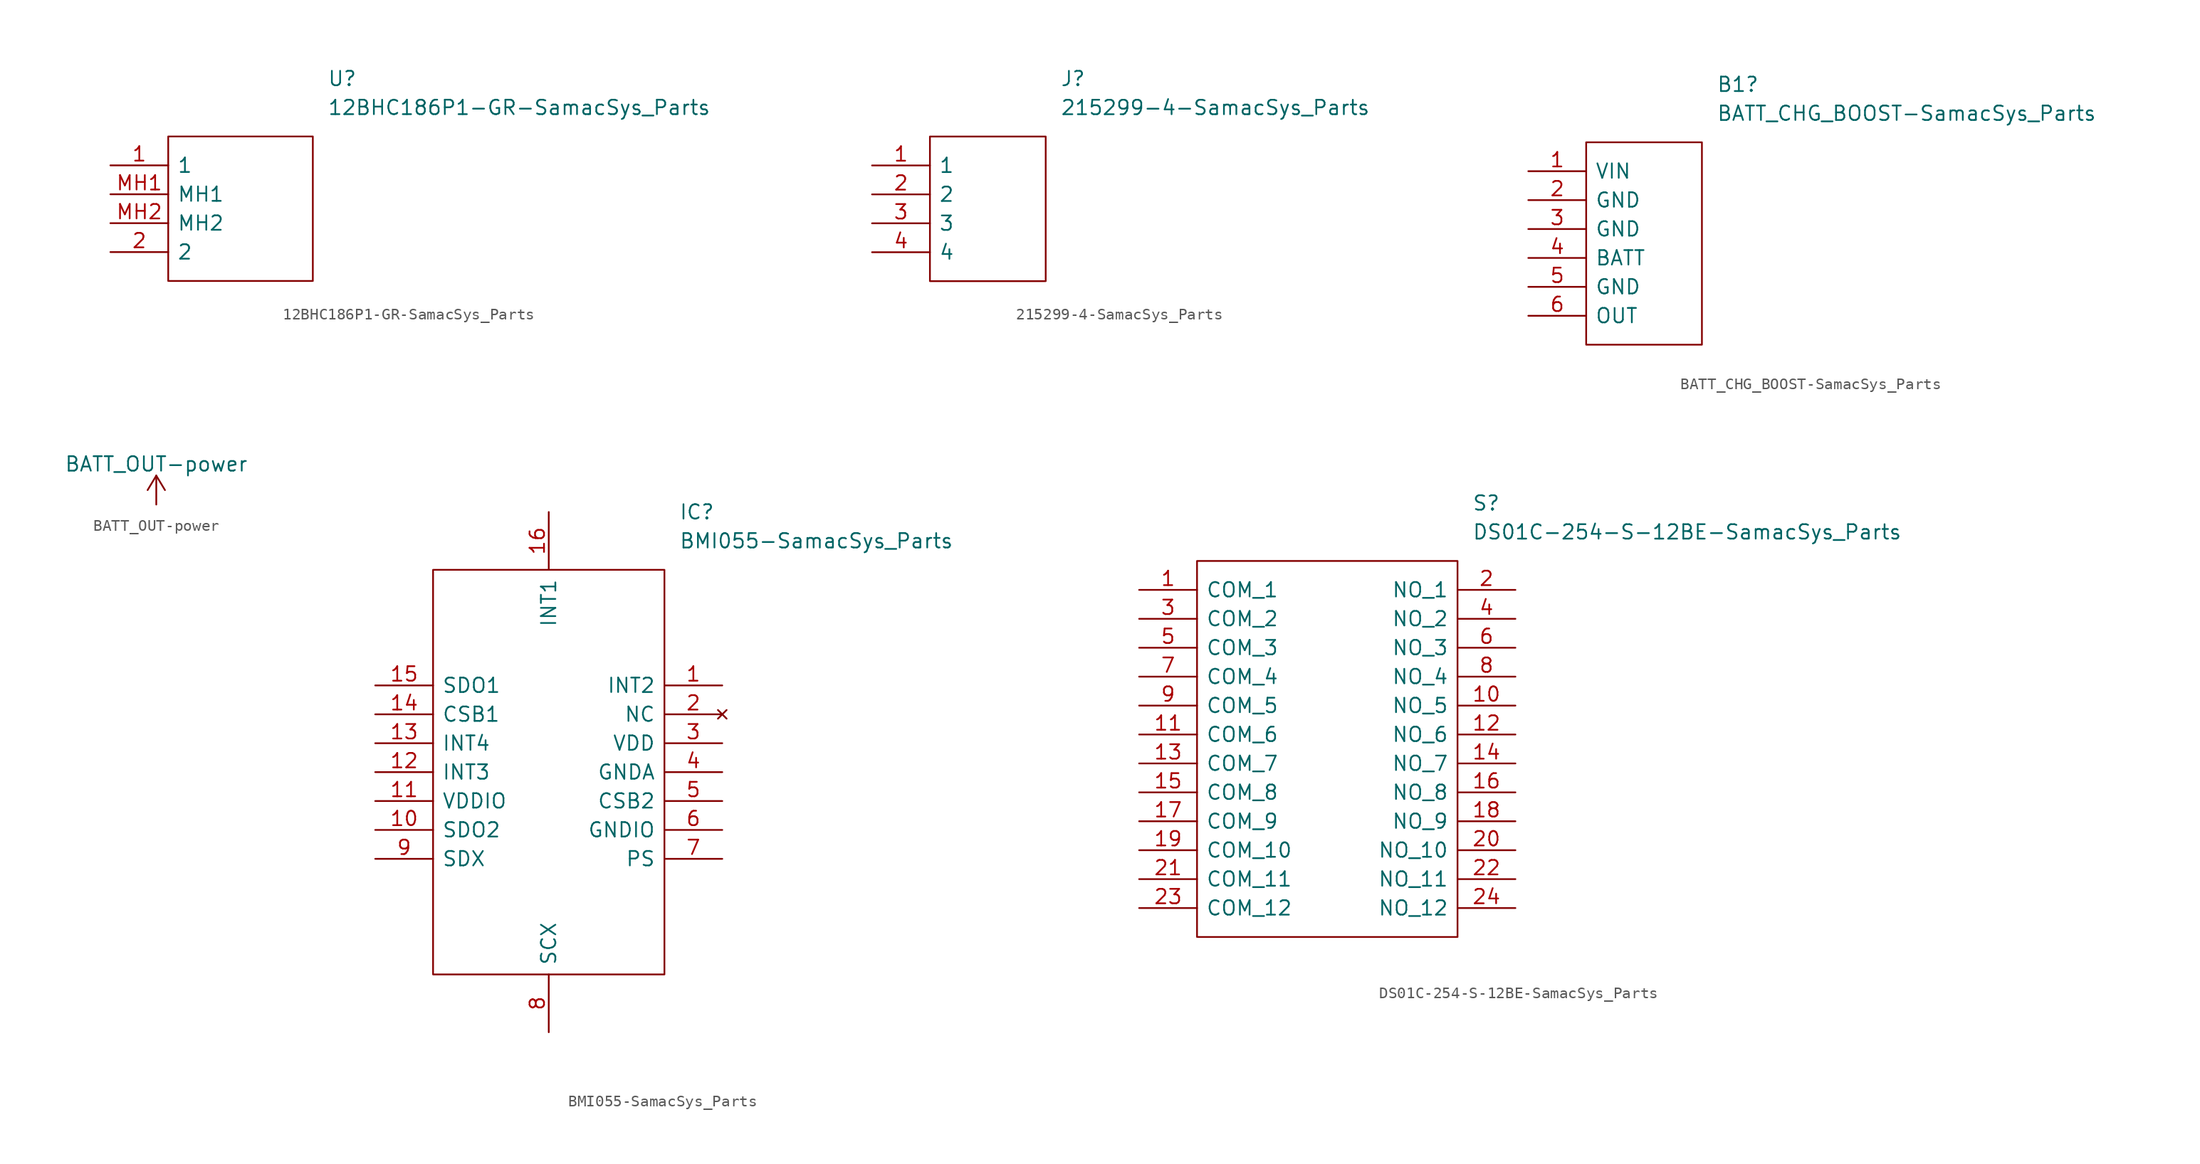
<source format=kicad_sym>
(kicad_symbol_lib
  (version 20211014)
  (generator kicad_symbol_editor)
  (symbol "12BHC186P1-GR-SamacSys_Parts"
    (pin_names
      (offset 0.762))
    (property "Reference" "U"
      (at 19.05 7.62 0)
      (effects (font (size 1.27 1.27)) (justify left)))
    (property "Value" "12BHC186P1-GR-SamacSys_Parts"
      (at 19.05 5.08 0)
      (effects (font (size 1.27 1.27)) (justify left)))
    (symbol "12BHC186P1-GR-SamacSys_Parts_0_0"
      (pin passive line (at 0 0 0) (length 5.08) (name "1" (effects (font (size 1.27 1.27)))) (number "1" (effects (font (size 1.27 1.27)))))
      (pin passive line (at 0 -7.62 0) (length 5.08) (name "2" (effects (font (size 1.27 1.27)))) (number "2" (effects (font (size 1.27 1.27)))))
      (pin passive line (at 0 -2.54 0) (length 5.08) (name "MH1" (effects (font (size 1.27 1.27)))) (number "MH1" (effects (font (size 1.27 1.27)))))
      (pin passive line (at 0 -5.08 0) (length 5.08) (name "MH2" (effects (font (size 1.27 1.27)))) (number "MH2" (effects (font (size 1.27 1.27))))))
    (symbol "12BHC186P1-GR-SamacSys_Parts_0_1"
      (polyline (pts (xy 5.08 2.54) (xy 17.78 2.54) (xy 17.78 -10.16) (xy 5.08 -10.16) (xy 5.08 2.54)) (stroke (width 0.152) (type default) (color 0 0 0 0)) (fill (type none)))))
  (symbol "215299-4-SamacSys_Parts"
    (pin_names
      (offset 0.762))
    (property "Reference" "J"
      (at 16.51 7.62 0)
      (effects (font (size 1.27 1.27)) (justify left)))
    (property "Value" "215299-4-SamacSys_Parts"
      (at 16.51 5.08 0)
      (effects (font (size 1.27 1.27)) (justify left)))
    (symbol "215299-4-SamacSys_Parts_0_0"
      (pin passive line (at 0 0 0) (length 5.08) (name "1" (effects (font (size 1.27 1.27)))) (number "1" (effects (font (size 1.27 1.27)))))
      (pin passive line (at 0 -2.54 0) (length 5.08) (name "2" (effects (font (size 1.27 1.27)))) (number "2" (effects (font (size 1.27 1.27)))))
      (pin passive line (at 0 -5.08 0) (length 5.08) (name "3" (effects (font (size 1.27 1.27)))) (number "3" (effects (font (size 1.27 1.27)))))
      (pin passive line (at 0 -7.62 0) (length 5.08) (name "4" (effects (font (size 1.27 1.27)))) (number "4" (effects (font (size 1.27 1.27))))))
    (symbol "215299-4-SamacSys_Parts_0_1"
      (polyline (pts (xy 5.08 2.54) (xy 15.24 2.54) (xy 15.24 -10.16) (xy 5.08 -10.16) (xy 5.08 2.54)) (stroke (width 0.152) (type default) (color 0 0 0 0)) (fill (type none)))))
  (symbol "BATT_CHG_BOOST-SamacSys_Parts"
    (pin_names
      (offset 0.762))
    (property "Reference" "B1"
      (at 16.51 7.62 0)
      (effects (font (size 1.27 1.27)) (justify left)))
    (property "Value" "BATT_CHG_BOOST-SamacSys_Parts"
      (at 16.51 5.08 0)
      (effects (font (size 1.27 1.27)) (justify left)))
    (symbol "BATT_CHG_BOOST-SamacSys_Parts_0_0"
      (pin passive line (at 0 0 0) (length 5.08) (name "VIN" (effects (font (size 1.27 1.27)))) (number "1" (effects (font (size 1.27 1.27)))))
      (pin passive line (at 0 -2.54 0) (length 5.08) (name "GND" (effects (font (size 1.27 1.27)))) (number "2" (effects (font (size 1.27 1.27)))))
      (pin passive line (at 0 -5.08 0) (length 5.08) (name "GND" (effects (font (size 1.27 1.27)))) (number "3" (effects (font (size 1.27 1.27)))))
      (pin passive line (at 0 -7.62 0) (length 5.08) (name "BATT" (effects (font (size 1.27 1.27)))) (number "4" (effects (font (size 1.27 1.27)))))
      (pin passive line (at 0 -10.16 0) (length 5.08) (name "GND" (effects (font (size 1.27 1.27)))) (number "5" (effects (font (size 1.27 1.27)))))
      (pin passive line (at 0 -12.7 0) (length 5.08) (name "OUT" (effects (font (size 1.27 1.27)))) (number "6" (effects (font (size 1.27 1.27))))))
    (symbol "BATT_CHG_BOOST-SamacSys_Parts_0_1"
      (polyline (pts (xy 5.08 2.54) (xy 15.24 2.54) (xy 15.24 -15.24) (xy 5.08 -15.24) (xy 5.08 2.54)) (stroke (width 0.152) (type default) (color 0 0 0 0)) (fill (type none)))))
  (symbol "BATT_OUT-power"
    (power)
    (pin_names
      (offset 0))
    (property "Reference" "#PWR"
      (at 0 -3.81 0)
      (effects (font (size 1.27 1.27)) hide))
    (property "Value" "BATT_OUT-power"
      (at 0 3.556 0)
      (effects (font (size 1.27 1.27))))
    (symbol "BATT_OUT-power_0_1"
      (polyline (pts (xy -0.762 1.27) (xy 0 2.54)) (stroke (width 0) (type default) (color 0 0 0 0)) (fill (type none)))
      (polyline (pts (xy 0 0) (xy 0 2.54)) (stroke (width 0) (type default) (color 0 0 0 0)) (fill (type none)))
      (polyline (pts (xy 0 2.54) (xy 0.762 1.27)) (stroke (width 0) (type default) (color 0 0 0 0)) (fill (type none))))
    (symbol "BATT_OUT-power_1_1"
      (pin power_in line (at 0 0 90) (length 0) hide (name "+BATT" (effects (font (size 1.27 1.27)))) (number "1" (effects (font (size 1.27 1.27)))))))
  (symbol "BMI055-SamacSys_Parts"
    (pin_names
      (offset 0.762))
    (property "Reference" "IC"
      (at 26.67 15.24 0)
      (effects (font (size 1.27 1.27)) (justify left)))
    (property "Value" "BMI055-SamacSys_Parts"
      (at 26.67 12.7 0)
      (effects (font (size 1.27 1.27)) (justify left)))
    (symbol "BMI055-SamacSys_Parts_0_0"
      (pin passive line (at 30.48 0 180) (length 5.08) (name "INT2" (effects (font (size 1.27 1.27)))) (number "1" (effects (font (size 1.27 1.27)))))
      (pin passive line (at 0 -12.7 0) (length 5.08) (name "SDO2" (effects (font (size 1.27 1.27)))) (number "10" (effects (font (size 1.27 1.27)))))
      (pin passive line (at 0 -10.16 0) (length 5.08) (name "VDDIO" (effects (font (size 1.27 1.27)))) (number "11" (effects (font (size 1.27 1.27)))))
      (pin passive line (at 0 -7.62 0) (length 5.08) (name "INT3" (effects (font (size 1.27 1.27)))) (number "12" (effects (font (size 1.27 1.27)))))
      (pin passive line (at 0 -5.08 0) (length 5.08) (name "INT4" (effects (font (size 1.27 1.27)))) (number "13" (effects (font (size 1.27 1.27)))))
      (pin passive line (at 0 -2.54 0) (length 5.08) (name "CSB1" (effects (font (size 1.27 1.27)))) (number "14" (effects (font (size 1.27 1.27)))))
      (pin passive line (at 0 0 0) (length 5.08) (name "SDO1" (effects (font (size 1.27 1.27)))) (number "15" (effects (font (size 1.27 1.27)))))
      (pin passive line (at 15.24 15.24 270) (length 5.08) (name "INT1" (effects (font (size 1.27 1.27)))) (number "16" (effects (font (size 1.27 1.27)))))
      (pin no_connect line (at 30.48 -2.54 180) (length 5.08) (name "NC" (effects (font (size 1.27 1.27)))) (number "2" (effects (font (size 1.27 1.27)))))
      (pin passive line (at 30.48 -5.08 180) (length 5.08) (name "VDD" (effects (font (size 1.27 1.27)))) (number "3" (effects (font (size 1.27 1.27)))))
      (pin passive line (at 30.48 -7.62 180) (length 5.08) (name "GNDA" (effects (font (size 1.27 1.27)))) (number "4" (effects (font (size 1.27 1.27)))))
      (pin passive line (at 30.48 -10.16 180) (length 5.08) (name "CSB2" (effects (font (size 1.27 1.27)))) (number "5" (effects (font (size 1.27 1.27)))))
      (pin passive line (at 30.48 -12.7 180) (length 5.08) (name "GNDIO" (effects (font (size 1.27 1.27)))) (number "6" (effects (font (size 1.27 1.27)))))
      (pin passive line (at 30.48 -15.24 180) (length 5.08) (name "PS" (effects (font (size 1.27 1.27)))) (number "7" (effects (font (size 1.27 1.27)))))
      (pin passive line (at 15.24 -30.48 90) (length 5.08) (name "SCX" (effects (font (size 1.27 1.27)))) (number "8" (effects (font (size 1.27 1.27)))))
      (pin passive line (at 0 -15.24 0) (length 5.08) (name "SDX" (effects (font (size 1.27 1.27)))) (number "9" (effects (font (size 1.27 1.27))))))
    (symbol "BMI055-SamacSys_Parts_0_1"
      (polyline (pts (xy 5.08 10.16) (xy 25.4 10.16) (xy 25.4 -25.4) (xy 5.08 -25.4) (xy 5.08 10.16)) (stroke (width 0.152) (type default) (color 0 0 0 0)) (fill (type none)))))
  (symbol "DS01C-254-S-12BE-SamacSys_Parts"
    (pin_names
      (offset 0.762))
    (property "Reference" "S"
      (at 29.21 7.62 0)
      (effects (font (size 1.27 1.27)) (justify left)))
    (property "Value" "DS01C-254-S-12BE-SamacSys_Parts"
      (at 29.21 5.08 0)
      (effects (font (size 1.27 1.27)) (justify left)))
    (symbol "DS01C-254-S-12BE-SamacSys_Parts_0_0"
      (pin passive line (at 0 0 0) (length 5.08) (name "COM_1" (effects (font (size 1.27 1.27)))) (number "1" (effects (font (size 1.27 1.27)))))
      (pin passive line (at 33.02 -10.16 180) (length 5.08) (name "NO_5" (effects (font (size 1.27 1.27)))) (number "10" (effects (font (size 1.27 1.27)))))
      (pin passive line (at 0 -12.7 0) (length 5.08) (name "COM_6" (effects (font (size 1.27 1.27)))) (number "11" (effects (font (size 1.27 1.27)))))
      (pin passive line (at 33.02 -12.7 180) (length 5.08) (name "NO_6" (effects (font (size 1.27 1.27)))) (number "12" (effects (font (size 1.27 1.27)))))
      (pin passive line (at 0 -15.24 0) (length 5.08) (name "COM_7" (effects (font (size 1.27 1.27)))) (number "13" (effects (font (size 1.27 1.27)))))
      (pin passive line (at 33.02 -15.24 180) (length 5.08) (name "NO_7" (effects (font (size 1.27 1.27)))) (number "14" (effects (font (size 1.27 1.27)))))
      (pin passive line (at 0 -17.78 0) (length 5.08) (name "COM_8" (effects (font (size 1.27 1.27)))) (number "15" (effects (font (size 1.27 1.27)))))
      (pin passive line (at 33.02 -17.78 180) (length 5.08) (name "NO_8" (effects (font (size 1.27 1.27)))) (number "16" (effects (font (size 1.27 1.27)))))
      (pin passive line (at 0 -20.32 0) (length 5.08) (name "COM_9" (effects (font (size 1.27 1.27)))) (number "17" (effects (font (size 1.27 1.27)))))
      (pin passive line (at 33.02 -20.32 180) (length 5.08) (name "NO_9" (effects (font (size 1.27 1.27)))) (number "18" (effects (font (size 1.27 1.27)))))
      (pin passive line (at 0 -22.86 0) (length 5.08) (name "COM_10" (effects (font (size 1.27 1.27)))) (number "19" (effects (font (size 1.27 1.27)))))
      (pin passive line (at 33.02 0 180) (length 5.08) (name "NO_1" (effects (font (size 1.27 1.27)))) (number "2" (effects (font (size 1.27 1.27)))))
      (pin passive line (at 33.02 -22.86 180) (length 5.08) (name "NO_10" (effects (font (size 1.27 1.27)))) (number "20" (effects (font (size 1.27 1.27)))))
      (pin passive line (at 0 -25.4 0) (length 5.08) (name "COM_11" (effects (font (size 1.27 1.27)))) (number "21" (effects (font (size 1.27 1.27)))))
      (pin passive line (at 33.02 -25.4 180) (length 5.08) (name "NO_11" (effects (font (size 1.27 1.27)))) (number "22" (effects (font (size 1.27 1.27)))))
      (pin passive line (at 0 -27.94 0) (length 5.08) (name "COM_12" (effects (font (size 1.27 1.27)))) (number "23" (effects (font (size 1.27 1.27)))))
      (pin passive line (at 33.02 -27.94 180) (length 5.08) (name "NO_12" (effects (font (size 1.27 1.27)))) (number "24" (effects (font (size 1.27 1.27)))))
      (pin passive line (at 0 -2.54 0) (length 5.08) (name "COM_2" (effects (font (size 1.27 1.27)))) (number "3" (effects (font (size 1.27 1.27)))))
      (pin passive line (at 33.02 -2.54 180) (length 5.08) (name "NO_2" (effects (font (size 1.27 1.27)))) (number "4" (effects (font (size 1.27 1.27)))))
      (pin passive line (at 0 -5.08 0) (length 5.08) (name "COM_3" (effects (font (size 1.27 1.27)))) (number "5" (effects (font (size 1.27 1.27)))))
      (pin passive line (at 33.02 -5.08 180) (length 5.08) (name "NO_3" (effects (font (size 1.27 1.27)))) (number "6" (effects (font (size 1.27 1.27)))))
      (pin passive line (at 0 -7.62 0) (length 5.08) (name "COM_4" (effects (font (size 1.27 1.27)))) (number "7" (effects (font (size 1.27 1.27)))))
      (pin passive line (at 33.02 -7.62 180) (length 5.08) (name "NO_4" (effects (font (size 1.27 1.27)))) (number "8" (effects (font (size 1.27 1.27)))))
      (pin passive line (at 0 -10.16 0) (length 5.08) (name "COM_5" (effects (font (size 1.27 1.27)))) (number "9" (effects (font (size 1.27 1.27))))))
    (symbol "DS01C-254-S-12BE-SamacSys_Parts_0_1"
      (polyline (pts (xy 5.08 2.54) (xy 27.94 2.54) (xy 27.94 -30.48) (xy 5.08 -30.48) (xy 5.08 2.54)) (stroke (width 0.152) (type default) (color 0 0 0 0)) (fill (type none))))))
</source>
